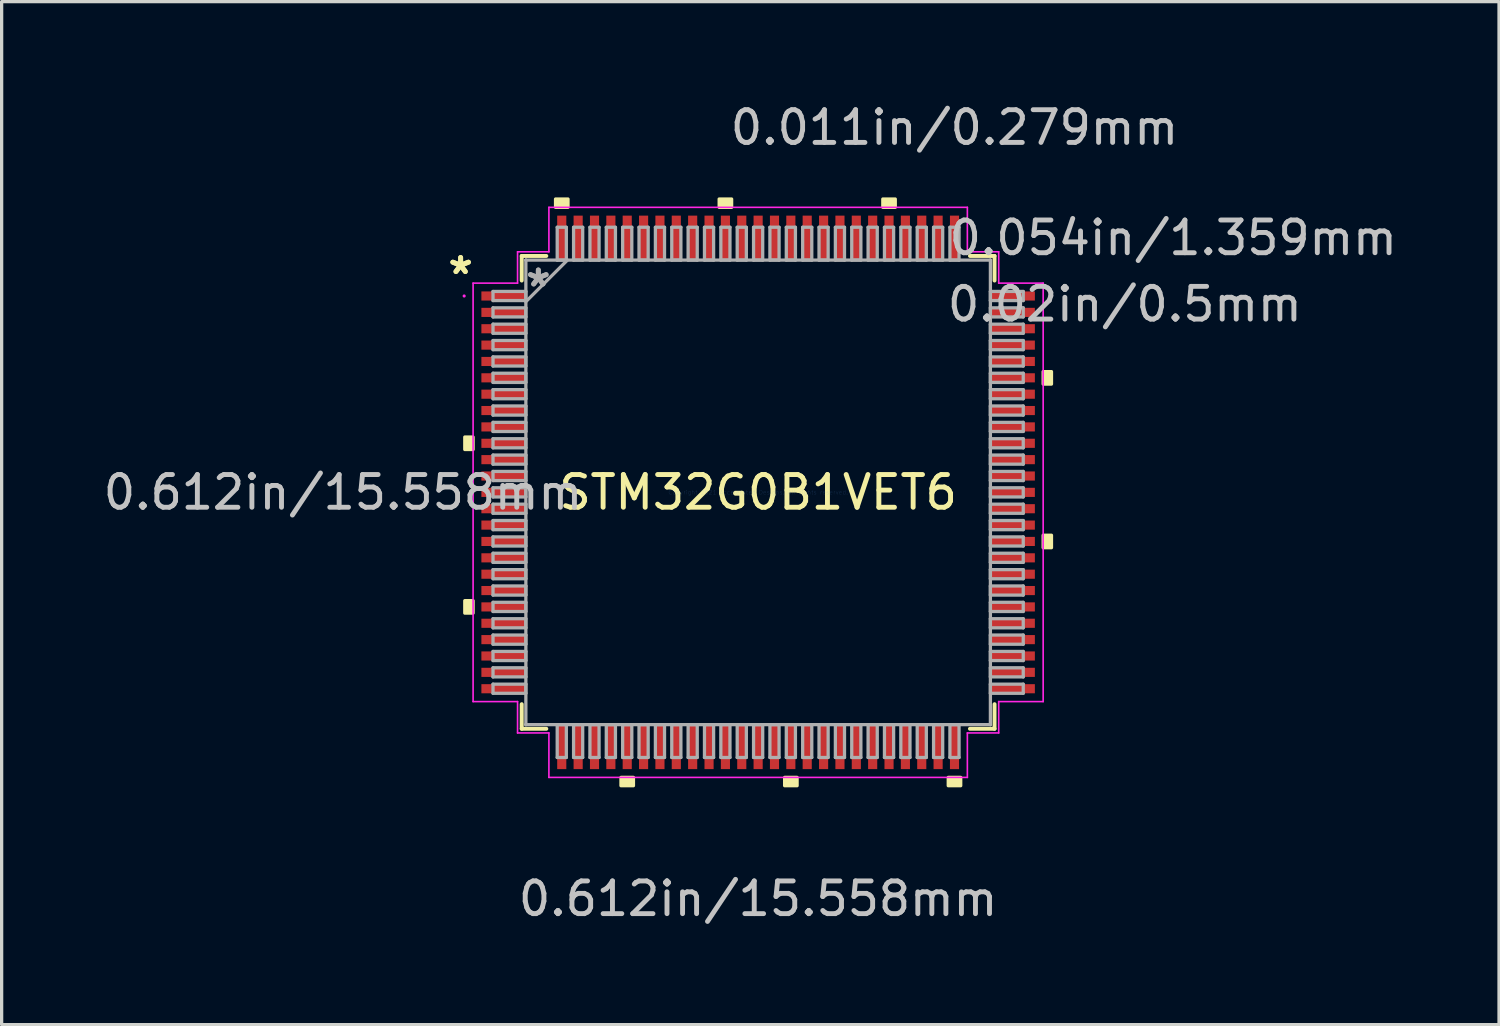
<source format=kicad_pcb>
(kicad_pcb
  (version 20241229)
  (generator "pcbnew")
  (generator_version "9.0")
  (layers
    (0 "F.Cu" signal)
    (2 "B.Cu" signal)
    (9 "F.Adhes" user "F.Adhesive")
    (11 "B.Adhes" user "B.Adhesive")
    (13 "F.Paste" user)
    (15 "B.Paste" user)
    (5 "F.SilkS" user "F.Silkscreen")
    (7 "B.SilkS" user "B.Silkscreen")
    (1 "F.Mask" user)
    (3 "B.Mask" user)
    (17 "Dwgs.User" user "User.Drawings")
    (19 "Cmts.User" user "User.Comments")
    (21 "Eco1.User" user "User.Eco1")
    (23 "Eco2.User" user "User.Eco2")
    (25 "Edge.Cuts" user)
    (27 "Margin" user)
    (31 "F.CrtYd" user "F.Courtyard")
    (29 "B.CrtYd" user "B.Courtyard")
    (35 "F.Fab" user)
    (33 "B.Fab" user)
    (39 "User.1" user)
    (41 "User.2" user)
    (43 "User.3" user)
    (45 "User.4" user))
  (footprint "STM32G0B1VET6"
    (layer "F.Cu")
    (at 20.122 11.999)
    (property "Reference" "STM32G0B1VET6" (at 0 0 0) (layer "F.SilkS") (effects (font (size 1 1) (thickness 0.15))))
    (attr through_hole)
    (fp_line (start -7.226 -7.226) (end -7.226 -6.474) (stroke (width 0.12) (type solid)) (layer "F.SilkS"))
    (fp_line (start -7.226 6.474) (end -7.226 7.226) (stroke (width 0.12) (type solid)) (layer "F.SilkS"))
    (fp_line (start -7.226 7.226) (end -6.474 7.226) (stroke (width 0.12) (type solid)) (layer "F.SilkS"))
    (fp_line (start -6.474 -7.226) (end -7.226 -7.226) (stroke (width 0.12) (type solid)) (layer "F.SilkS"))
    (fp_line (start 6.474 7.226) (end 7.226 7.226) (stroke (width 0.12) (type solid)) (layer "F.SilkS"))
    (fp_line (start 7.226 -7.226) (end 6.474 -7.226) (stroke (width 0.12) (type solid)) (layer "F.SilkS"))
    (fp_line (start 7.226 -6.474) (end 7.226 -7.226) (stroke (width 0.12) (type solid)) (layer "F.SilkS"))
    (fp_line (start 7.226 7.226) (end 7.226 6.474) (stroke (width 0.12) (type solid)) (layer "F.SilkS"))
    (fp_poly (pts (xy -8.966 -1.691) (xy -8.966 -1.31) (xy -8.712 -1.31) (xy -8.712 -1.691)) (stroke (width 0.1) (type solid)) (fill yes) (layer "F.SilkS"))
    (fp_poly (pts (xy -8.966 3.31) (xy -8.966 3.691) (xy -8.712 3.691) (xy -8.712 3.31)) (stroke (width 0.1) (type solid)) (fill yes) (layer "F.SilkS"))
    (fp_poly (pts (xy -6.192 -8.712) (xy -6.192 -8.966) (xy -5.811 -8.966) (xy -5.811 -8.712)) (stroke (width 0.1) (type solid)) (fill yes) (layer "F.SilkS"))
    (fp_poly (pts (xy -4.192 8.712) (xy -4.192 8.966) (xy -3.811 8.966) (xy -3.811 8.712)) (stroke (width 0.1) (type solid)) (fill yes) (layer "F.SilkS"))
    (fp_poly (pts (xy -1.191 -8.712) (xy -1.191 -8.966) (xy -0.81 -8.966) (xy -0.81 -8.712)) (stroke (width 0.1) (type solid)) (fill yes) (layer "F.SilkS"))
    (fp_poly (pts (xy 0.81 8.712) (xy 0.81 8.966) (xy 1.191 8.966) (xy 1.191 8.712)) (stroke (width 0.1) (type solid)) (fill yes) (layer "F.SilkS"))
    (fp_poly (pts (xy 3.811 -8.712) (xy 3.811 -8.966) (xy 4.192 -8.966) (xy 4.192 -8.712)) (stroke (width 0.1) (type solid)) (fill yes) (layer "F.SilkS"))
    (fp_poly (pts (xy 5.811 8.712) (xy 5.811 8.966) (xy 6.192 8.966) (xy 6.192 8.712)) (stroke (width 0.1) (type solid)) (fill yes) (layer "F.SilkS"))
    (fp_poly (pts (xy 8.966 -3.691) (xy 8.966 -3.31) (xy 8.712 -3.31) (xy 8.712 -3.691)) (stroke (width 0.1) (type solid)) (fill yes) (layer "F.SilkS"))
    (fp_poly (pts (xy 8.966 1.31) (xy 8.966 1.691) (xy 8.712 1.691) (xy 8.712 1.31)) (stroke (width 0.1) (type solid)) (fill yes) (layer "F.SilkS"))
    (fp_line (start -8.712 -6.395) (end -7.353 -6.395) (stroke (width 0.05) (type solid)) (layer "F.CrtYd"))
    (fp_line (start -8.712 6.395) (end -8.712 -6.395) (stroke (width 0.05) (type solid)) (layer "F.CrtYd"))
    (fp_line (start -7.353 -7.353) (end -6.395 -7.353) (stroke (width 0.05) (type solid)) (layer "F.CrtYd"))
    (fp_line (start -7.353 -6.395) (end -7.353 -7.353) (stroke (width 0.05) (type solid)) (layer "F.CrtYd"))
    (fp_line (start -7.353 6.395) (end -8.712 6.395) (stroke (width 0.05) (type solid)) (layer "F.CrtYd"))
    (fp_line (start -7.353 7.353) (end -7.353 6.395) (stroke (width 0.05) (type solid)) (layer "F.CrtYd"))
    (fp_line (start -6.395 -8.712) (end 6.395 -8.712) (stroke (width 0.05) (type solid)) (layer "F.CrtYd"))
    (fp_line (start -6.395 -7.353) (end -6.395 -8.712) (stroke (width 0.05) (type solid)) (layer "F.CrtYd"))
    (fp_line (start -6.395 7.353) (end -7.353 7.353) (stroke (width 0.05) (type solid)) (layer "F.CrtYd"))
    (fp_line (start -6.395 8.712) (end -6.395 7.353) (stroke (width 0.05) (type solid)) (layer "F.CrtYd"))
    (fp_line (start 6.395 -8.712) (end 6.395 -7.353) (stroke (width 0.05) (type solid)) (layer "F.CrtYd"))
    (fp_line (start 6.395 -7.353) (end 7.353 -7.353) (stroke (width 0.05) (type solid)) (layer "F.CrtYd"))
    (fp_line (start 6.395 7.353) (end 6.395 8.712) (stroke (width 0.05) (type solid)) (layer "F.CrtYd"))
    (fp_line (start 6.395 8.712) (end -6.395 8.712) (stroke (width 0.05) (type solid)) (layer "F.CrtYd"))
    (fp_line (start 7.353 -7.353) (end 7.353 -6.395) (stroke (width 0.05) (type solid)) (layer "F.CrtYd"))
    (fp_line (start 7.353 -6.395) (end 8.712 -6.395) (stroke (width 0.05) (type solid)) (layer "F.CrtYd"))
    (fp_line (start 7.353 6.395) (end 7.353 7.353) (stroke (width 0.05) (type solid)) (layer "F.CrtYd"))
    (fp_line (start 7.353 7.353) (end 6.395 7.353) (stroke (width 0.05) (type solid)) (layer "F.CrtYd"))
    (fp_line (start 8.712 -6.395) (end 8.712 6.395) (stroke (width 0.05) (type solid)) (layer "F.CrtYd"))
    (fp_line (start 8.712 6.395) (end 7.353 6.395) (stroke (width 0.05) (type solid)) (layer "F.CrtYd"))
    (fp_circle (center -8.985 -6.002) (end -8.985 -6.002) (stroke (width 0.05) (type solid)) (fill no) (layer "F.CrtYd"))
    (fp_line (start -8.103 -6.141) (end -8.103 -5.862) (stroke (width 0.1) (type solid)) (layer "F.Fab"))
    (fp_line (start -8.103 -5.862) (end -7.099 -5.862) (stroke (width 0.1) (type solid)) (layer "F.Fab"))
    (fp_line (start -8.103 -5.641) (end -8.103 -5.362) (stroke (width 0.1) (type solid)) (layer "F.Fab"))
    (fp_line (start -8.103 -5.362) (end -7.099 -5.362) (stroke (width 0.1) (type solid)) (layer "F.Fab"))
    (fp_line (start -8.103 -5.141) (end -8.103 -4.862) (stroke (width 0.1) (type solid)) (layer "F.Fab"))
    (fp_line (start -8.103 -4.862) (end -7.099 -4.862) (stroke (width 0.1) (type solid)) (layer "F.Fab"))
    (fp_line (start -8.103 -4.641) (end -8.103 -4.361) (stroke (width 0.1) (type solid)) (layer "F.Fab"))
    (fp_line (start -8.103 -4.361) (end -7.099 -4.361) (stroke (width 0.1) (type solid)) (layer "F.Fab"))
    (fp_line (start -8.103 -4.141) (end -8.103 -3.861) (stroke (width 0.1) (type solid)) (layer "F.Fab"))
    (fp_line (start -8.103 -3.861) (end -7.099 -3.861) (stroke (width 0.1) (type solid)) (layer "F.Fab"))
    (fp_line (start -8.103 -3.641) (end -8.103 -3.361) (stroke (width 0.1) (type solid)) (layer "F.Fab"))
    (fp_line (start -8.103 -3.361) (end -7.099 -3.361) (stroke (width 0.1) (type solid)) (layer "F.Fab"))
    (fp_line (start -8.103 -3.14) (end -8.103 -2.861) (stroke (width 0.1) (type solid)) (layer "F.Fab"))
    (fp_line (start -8.103 -2.861) (end -7.099 -2.861) (stroke (width 0.1) (type solid)) (layer "F.Fab"))
    (fp_line (start -8.103 -2.64) (end -8.103 -2.361) (stroke (width 0.1) (type solid)) (layer "F.Fab"))
    (fp_line (start -8.103 -2.361) (end -7.099 -2.361) (stroke (width 0.1) (type solid)) (layer "F.Fab"))
    (fp_line (start -8.103 -2.14) (end -8.103 -1.861) (stroke (width 0.1) (type solid)) (layer "F.Fab"))
    (fp_line (start -8.103 -1.861) (end -7.099 -1.861) (stroke (width 0.1) (type solid)) (layer "F.Fab"))
    (fp_line (start -8.103 -1.64) (end -8.103 -1.361) (stroke (width 0.1) (type solid)) (layer "F.Fab"))
    (fp_line (start -8.103 -1.361) (end -7.099 -1.361) (stroke (width 0.1) (type solid)) (layer "F.Fab"))
    (fp_line (start -8.103 -1.14) (end -8.103 -0.861) (stroke (width 0.1) (type solid)) (layer "F.Fab"))
    (fp_line (start -8.103 -0.861) (end -7.099 -0.861) (stroke (width 0.1) (type solid)) (layer "F.Fab"))
    (fp_line (start -8.103 -0.64) (end -8.103 -0.36) (stroke (width 0.1) (type solid)) (layer "F.Fab"))
    (fp_line (start -8.103 -0.36) (end -7.099 -0.36) (stroke (width 0.1) (type solid)) (layer "F.Fab"))
    (fp_line (start -8.103 -0.14) (end -8.103 0.14) (stroke (width 0.1) (type solid)) (layer "F.Fab"))
    (fp_line (start -8.103 0.14) (end -7.099 0.14) (stroke (width 0.1) (type solid)) (layer "F.Fab"))
    (fp_line (start -8.103 0.36) (end -8.103 0.64) (stroke (width 0.1) (type solid)) (layer "F.Fab"))
    (fp_line (start -8.103 0.64) (end -7.099 0.64) (stroke (width 0.1) (type solid)) (layer "F.Fab"))
    (fp_line (start -8.103 0.861) (end -8.103 1.14) (stroke (width 0.1) (type solid)) (layer "F.Fab"))
    (fp_line (start -8.103 1.14) (end -7.099 1.14) (stroke (width 0.1) (type solid)) (layer "F.Fab"))
    (fp_line (start -8.103 1.361) (end -8.103 1.64) (stroke (width 0.1) (type solid)) (layer "F.Fab"))
    (fp_line (start -8.103 1.64) (end -7.099 1.64) (stroke (width 0.1) (type solid)) (layer "F.Fab"))
    (fp_line (start -8.103 1.861) (end -8.103 2.14) (stroke (width 0.1) (type solid)) (layer "F.Fab"))
    (fp_line (start -8.103 2.14) (end -7.099 2.14) (stroke (width 0.1) (type solid)) (layer "F.Fab"))
    (fp_line (start -8.103 2.361) (end -8.103 2.64) (stroke (width 0.1) (type solid)) (layer "F.Fab"))
    (fp_line (start -8.103 2.64) (end -7.099 2.64) (stroke (width 0.1) (type solid)) (layer "F.Fab"))
    (fp_line (start -8.103 2.861) (end -8.103 3.14) (stroke (width 0.1) (type solid)) (layer "F.Fab"))
    (fp_line (start -8.103 3.14) (end -7.099 3.14) (stroke (width 0.1) (type solid)) (layer "F.Fab"))
    (fp_line (start -8.103 3.361) (end -8.103 3.641) (stroke (width 0.1) (type solid)) (layer "F.Fab"))
    (fp_line (start -8.103 3.641) (end -7.099 3.641) (stroke (width 0.1) (type solid)) (layer "F.Fab"))
    (fp_line (start -8.103 3.861) (end -8.103 4.141) (stroke (width 0.1) (type solid)) (layer "F.Fab"))
    (fp_line (start -8.103 4.141) (end -7.099 4.141) (stroke (width 0.1) (type solid)) (layer "F.Fab"))
    (fp_line (start -8.103 4.361) (end -8.103 4.641) (stroke (width 0.1) (type solid)) (layer "F.Fab"))
    (fp_line (start -8.103 4.641) (end -7.099 4.641) (stroke (width 0.1) (type solid)) (layer "F.Fab"))
    (fp_line (start -8.103 4.862) (end -8.103 5.141) (stroke (width 0.1) (type solid)) (layer "F.Fab"))
    (fp_line (start -8.103 5.141) (end -7.099 5.141) (stroke (width 0.1) (type solid)) (layer "F.Fab"))
    (fp_line (start -8.103 5.362) (end -8.103 5.641) (stroke (width 0.1) (type solid)) (layer "F.Fab"))
    (fp_line (start -8.103 5.641) (end -7.099 5.641) (stroke (width 0.1) (type solid)) (layer "F.Fab"))
    (fp_line (start -8.103 5.862) (end -8.103 6.141) (stroke (width 0.1) (type solid)) (layer "F.Fab"))
    (fp_line (start -8.103 6.141) (end -7.099 6.141) (stroke (width 0.1) (type solid)) (layer "F.Fab"))
    (fp_line (start -7.099 -7.099) (end -7.099 -7.099) (stroke (width 0.1) (type solid)) (layer "F.Fab"))
    (fp_line (start -7.099 -7.099) (end -7.099 7.099) (stroke (width 0.1) (type solid)) (layer "F.Fab"))
    (fp_line (start -7.099 -6.141) (end -8.103 -6.141) (stroke (width 0.1) (type solid)) (layer "F.Fab"))
    (fp_line (start -7.099 -5.862) (end -7.099 -6.141) (stroke (width 0.1) (type solid)) (layer "F.Fab"))
    (fp_line (start -7.099 -5.829) (end -5.829 -7.099) (stroke (width 0.1) (type solid)) (layer "F.Fab"))
    (fp_line (start -7.099 -5.641) (end -8.103 -5.641) (stroke (width 0.1) (type solid)) (layer "F.Fab"))
    (fp_line (start -7.099 -5.362) (end -7.099 -5.641) (stroke (width 0.1) (type solid)) (layer "F.Fab"))
    (fp_line (start -7.099 -5.141) (end -8.103 -5.141) (stroke (width 0.1) (type solid)) (layer "F.Fab"))
    (fp_line (start -7.099 -4.862) (end -7.099 -5.141) (stroke (width 0.1) (type solid)) (layer "F.Fab"))
    (fp_line (start -7.099 -4.641) (end -8.103 -4.641) (stroke (width 0.1) (type solid)) (layer "F.Fab"))
    (fp_line (start -7.099 -4.361) (end -7.099 -4.641) (stroke (width 0.1) (type solid)) (layer "F.Fab"))
    (fp_line (start -7.099 -4.141) (end -8.103 -4.141) (stroke (width 0.1) (type solid)) (layer "F.Fab"))
    (fp_line (start -7.099 -3.861) (end -7.099 -4.141) (stroke (width 0.1) (type solid)) (layer "F.Fab"))
    (fp_line (start -7.099 -3.641) (end -8.103 -3.641) (stroke (width 0.1) (type solid)) (layer "F.Fab"))
    (fp_line (start -7.099 -3.361) (end -7.099 -3.641) (stroke (width 0.1) (type solid)) (layer "F.Fab"))
    (fp_line (start -7.099 -3.14) (end -8.103 -3.14) (stroke (width 0.1) (type solid)) (layer "F.Fab"))
    (fp_line (start -7.099 -2.861) (end -7.099 -3.14) (stroke (width 0.1) (type solid)) (layer "F.Fab"))
    (fp_line (start -7.099 -2.64) (end -8.103 -2.64) (stroke (width 0.1) (type solid)) (layer "F.Fab"))
    (fp_line (start -7.099 -2.361) (end -7.099 -2.64) (stroke (width 0.1) (type solid)) (layer "F.Fab"))
    (fp_line (start -7.099 -2.14) (end -8.103 -2.14) (stroke (width 0.1) (type solid)) (layer "F.Fab"))
    (fp_line (start -7.099 -1.861) (end -7.099 -2.14) (stroke (width 0.1) (type solid)) (layer "F.Fab"))
    (fp_line (start -7.099 -1.64) (end -8.103 -1.64) (stroke (width 0.1) (type solid)) (layer "F.Fab"))
    (fp_line (start -7.099 -1.361) (end -7.099 -1.64) (stroke (width 0.1) (type solid)) (layer "F.Fab"))
    (fp_line (start -7.099 -1.14) (end -8.103 -1.14) (stroke (width 0.1) (type solid)) (layer "F.Fab"))
    (fp_line (start -7.099 -0.861) (end -7.099 -1.14) (stroke (width 0.1) (type solid)) (layer "F.Fab"))
    (fp_line (start -7.099 -0.64) (end -8.103 -0.64) (stroke (width 0.1) (type solid)) (layer "F.Fab"))
    (fp_line (start -7.099 -0.36) (end -7.099 -0.64) (stroke (width 0.1) (type solid)) (layer "F.Fab"))
    (fp_line (start -7.099 -0.14) (end -8.103 -0.14) (stroke (width 0.1) (type solid)) (layer "F.Fab"))
    (fp_line (start -7.099 0.14) (end -7.099 -0.14) (stroke (width 0.1) (type solid)) (layer "F.Fab"))
    (fp_line (start -7.099 0.36) (end -8.103 0.36) (stroke (width 0.1) (type solid)) (layer "F.Fab"))
    (fp_line (start -7.099 0.64) (end -7.099 0.36) (stroke (width 0.1) (type solid)) (layer "F.Fab"))
    (fp_line (start -7.099 0.861) (end -8.103 0.861) (stroke (width 0.1) (type solid)) (layer "F.Fab"))
    (fp_line (start -7.099 1.14) (end -7.099 0.861) (stroke (width 0.1) (type solid)) (layer "F.Fab"))
    (fp_line (start -7.099 1.361) (end -8.103 1.361) (stroke (width 0.1) (type solid)) (layer "F.Fab"))
    (fp_line (start -7.099 1.64) (end -7.099 1.361) (stroke (width 0.1) (type solid)) (layer "F.Fab"))
    (fp_line (start -7.099 1.861) (end -8.103 1.861) (stroke (width 0.1) (type solid)) (layer "F.Fab"))
    (fp_line (start -7.099 2.14) (end -7.099 1.861) (stroke (width 0.1) (type solid)) (layer "F.Fab"))
    (fp_line (start -7.099 2.361) (end -8.103 2.361) (stroke (width 0.1) (type solid)) (layer "F.Fab"))
    (fp_line (start -7.099 2.64) (end -7.099 2.361) (stroke (width 0.1) (type solid)) (layer "F.Fab"))
    (fp_line (start -7.099 2.861) (end -8.103 2.861) (stroke (width 0.1) (type solid)) (layer "F.Fab"))
    (fp_line (start -7.099 3.14) (end -7.099 2.861) (stroke (width 0.1) (type solid)) (layer "F.Fab"))
    (fp_line (start -7.099 3.361) (end -8.103 3.361) (stroke (width 0.1) (type solid)) (layer "F.Fab"))
    (fp_line (start -7.099 3.641) (end -7.099 3.361) (stroke (width 0.1) (type solid)) (layer "F.Fab"))
    (fp_line (start -7.099 3.861) (end -8.103 3.861) (stroke (width 0.1) (type solid)) (layer "F.Fab"))
    (fp_line (start -7.099 4.141) (end -7.099 3.861) (stroke (width 0.1) (type solid)) (layer "F.Fab"))
    (fp_line (start -7.099 4.361) (end -8.103 4.361) (stroke (width 0.1) (type solid)) (layer "F.Fab"))
    (fp_line (start -7.099 4.641) (end -7.099 4.361) (stroke (width 0.1) (type solid)) (layer "F.Fab"))
    (fp_line (start -7.099 4.862) (end -8.103 4.862) (stroke (width 0.1) (type solid)) (layer "F.Fab"))
    (fp_line (start -7.099 5.141) (end -7.099 4.862) (stroke (width 0.1) (type solid)) (layer "F.Fab"))
    (fp_line (start -7.099 5.362) (end -8.103 5.362) (stroke (width 0.1) (type solid)) (layer "F.Fab"))
    (fp_line (start -7.099 5.641) (end -7.099 5.362) (stroke (width 0.1) (type solid)) (layer "F.Fab"))
    (fp_line (start -7.099 5.862) (end -8.103 5.862) (stroke (width 0.1) (type solid)) (layer "F.Fab"))
    (fp_line (start -7.099 6.141) (end -7.099 5.862) (stroke (width 0.1) (type solid)) (layer "F.Fab"))
    (fp_line (start -7.099 7.099) (end -7.099 7.099) (stroke (width 0.1) (type solid)) (layer "F.Fab"))
    (fp_line (start -7.099 7.099) (end 7.099 7.099) (stroke (width 0.1) (type solid)) (layer "F.Fab"))
    (fp_line (start -6.141 -8.103) (end -6.141 -7.099) (stroke (width 0.1) (type solid)) (layer "F.Fab"))
    (fp_line (start -6.141 -7.099) (end -5.862 -7.099) (stroke (width 0.1) (type solid)) (layer "F.Fab"))
    (fp_line (start -6.141 7.099) (end -6.141 8.103) (stroke (width 0.1) (type solid)) (layer "F.Fab"))
    (fp_line (start -6.141 8.103) (end -5.862 8.103) (stroke (width 0.1) (type solid)) (layer "F.Fab"))
    (fp_line (start -5.862 -8.103) (end -6.141 -8.103) (stroke (width 0.1) (type solid)) (layer "F.Fab"))
    (fp_line (start -5.862 -7.099) (end -5.862 -8.103) (stroke (width 0.1) (type solid)) (layer "F.Fab"))
    (fp_line (start -5.862 7.099) (end -6.141 7.099) (stroke (width 0.1) (type solid)) (layer "F.Fab"))
    (fp_line (start -5.862 8.103) (end -5.862 7.099) (stroke (width 0.1) (type solid)) (layer "F.Fab"))
    (fp_line (start -5.641 -8.103) (end -5.641 -7.099) (stroke (width 0.1) (type solid)) (layer "F.Fab"))
    (fp_line (start -5.641 -7.099) (end -5.362 -7.099) (stroke (width 0.1) (type solid)) (layer "F.Fab"))
    (fp_line (start -5.641 7.099) (end -5.641 8.103) (stroke (width 0.1) (type solid)) (layer "F.Fab"))
    (fp_line (start -5.641 8.103) (end -5.362 8.103) (stroke (width 0.1) (type solid)) (layer "F.Fab"))
    (fp_line (start -5.362 -8.103) (end -5.641 -8.103) (stroke (width 0.1) (type solid)) (layer "F.Fab"))
    (fp_line (start -5.362 -7.099) (end -5.362 -8.103) (stroke (width 0.1) (type solid)) (layer "F.Fab"))
    (fp_line (start -5.362 7.099) (end -5.641 7.099) (stroke (width 0.1) (type solid)) (layer "F.Fab"))
    (fp_line (start -5.362 8.103) (end -5.362 7.099) (stroke (width 0.1) (type solid)) (layer "F.Fab"))
    (fp_line (start -5.141 -8.103) (end -5.141 -7.099) (stroke (width 0.1) (type solid)) (layer "F.Fab"))
    (fp_line (start -5.141 -7.099) (end -4.862 -7.099) (stroke (width 0.1) (type solid)) (layer "F.Fab"))
    (fp_line (start -5.141 7.099) (end -5.141 8.103) (stroke (width 0.1) (type solid)) (layer "F.Fab"))
    (fp_line (start -5.141 8.103) (end -4.862 8.103) (stroke (width 0.1) (type solid)) (layer "F.Fab"))
    (fp_line (start -4.862 -8.103) (end -5.141 -8.103) (stroke (width 0.1) (type solid)) (layer "F.Fab"))
    (fp_line (start -4.862 -7.099) (end -4.862 -8.103) (stroke (width 0.1) (type solid)) (layer "F.Fab"))
    (fp_line (start -4.862 7.099) (end -5.141 7.099) (stroke (width 0.1) (type solid)) (layer "F.Fab"))
    (fp_line (start -4.862 8.103) (end -4.862 7.099) (stroke (width 0.1) (type solid)) (layer "F.Fab"))
    (fp_line (start -4.641 -8.103) (end -4.641 -7.099) (stroke (width 0.1) (type solid)) (layer "F.Fab"))
    (fp_line (start -4.641 -7.099) (end -4.361 -7.099) (stroke (width 0.1) (type solid)) (layer "F.Fab"))
    (fp_line (start -4.641 7.099) (end -4.641 8.103) (stroke (width 0.1) (type solid)) (layer "F.Fab"))
    (fp_line (start -4.641 8.103) (end -4.361 8.103) (stroke (width 0.1) (type solid)) (layer "F.Fab"))
    (fp_line (start -4.361 -8.103) (end -4.641 -8.103) (stroke (width 0.1) (type solid)) (layer "F.Fab"))
    (fp_line (start -4.361 -7.099) (end -4.361 -8.103) (stroke (width 0.1) (type solid)) (layer "F.Fab"))
    (fp_line (start -4.361 7.099) (end -4.641 7.099) (stroke (width 0.1) (type solid)) (layer "F.Fab"))
    (fp_line (start -4.361 8.103) (end -4.361 7.099) (stroke (width 0.1) (type solid)) (layer "F.Fab"))
    (fp_line (start -4.141 -8.103) (end -4.141 -7.099) (stroke (width 0.1) (type solid)) (layer "F.Fab"))
    (fp_line (start -4.141 -7.099) (end -3.861 -7.099) (stroke (width 0.1) (type solid)) (layer "F.Fab"))
    (fp_line (start -4.141 7.099) (end -4.141 8.103) (stroke (width 0.1) (type solid)) (layer "F.Fab"))
    (fp_line (start -4.141 8.103) (end -3.861 8.103) (stroke (width 0.1) (type solid)) (layer "F.Fab"))
    (fp_line (start -3.861 -8.103) (end -4.141 -8.103) (stroke (width 0.1) (type solid)) (layer "F.Fab"))
    (fp_line (start -3.861 -7.099) (end -3.861 -8.103) (stroke (width 0.1) (type solid)) (layer "F.Fab"))
    (fp_line (start -3.861 7.099) (end -4.141 7.099) (stroke (width 0.1) (type solid)) (layer "F.Fab"))
    (fp_line (start -3.861 8.103) (end -3.861 7.099) (stroke (width 0.1) (type solid)) (layer "F.Fab"))
    (fp_line (start -3.641 -8.103) (end -3.641 -7.099) (stroke (width 0.1) (type solid)) (layer "F.Fab"))
    (fp_line (start -3.641 -7.099) (end -3.361 -7.099) (stroke (width 0.1) (type solid)) (layer "F.Fab"))
    (fp_line (start -3.641 7.099) (end -3.641 8.103) (stroke (width 0.1) (type solid)) (layer "F.Fab"))
    (fp_line (start -3.641 8.103) (end -3.361 8.103) (stroke (width 0.1) (type solid)) (layer "F.Fab"))
    (fp_line (start -3.361 -8.103) (end -3.641 -8.103) (stroke (width 0.1) (type solid)) (layer "F.Fab"))
    (fp_line (start -3.361 -7.099) (end -3.361 -8.103) (stroke (width 0.1) (type solid)) (layer "F.Fab"))
    (fp_line (start -3.361 7.099) (end -3.641 7.099) (stroke (width 0.1) (type solid)) (layer "F.Fab"))
    (fp_line (start -3.361 8.103) (end -3.361 7.099) (stroke (width 0.1) (type solid)) (layer "F.Fab"))
    (fp_line (start -3.14 -8.103) (end -3.14 -7.099) (stroke (width 0.1) (type solid)) (layer "F.Fab"))
    (fp_line (start -3.14 -7.099) (end -2.861 -7.099) (stroke (width 0.1) (type solid)) (layer "F.Fab"))
    (fp_line (start -3.14 7.099) (end -3.14 8.103) (stroke (width 0.1) (type solid)) (layer "F.Fab"))
    (fp_line (start -3.14 8.103) (end -2.861 8.103) (stroke (width 0.1) (type solid)) (layer "F.Fab"))
    (fp_line (start -2.861 -8.103) (end -3.14 -8.103) (stroke (width 0.1) (type solid)) (layer "F.Fab"))
    (fp_line (start -2.861 -7.099) (end -2.861 -8.103) (stroke (width 0.1) (type solid)) (layer "F.Fab"))
    (fp_line (start -2.861 7.099) (end -3.14 7.099) (stroke (width 0.1) (type solid)) (layer "F.Fab"))
    (fp_line (start -2.861 8.103) (end -2.861 7.099) (stroke (width 0.1) (type solid)) (layer "F.Fab"))
    (fp_line (start -2.64 -8.103) (end -2.64 -7.099) (stroke (width 0.1) (type solid)) (layer "F.Fab"))
    (fp_line (start -2.64 -7.099) (end -2.361 -7.099) (stroke (width 0.1) (type solid)) (layer "F.Fab"))
    (fp_line (start -2.64 7.099) (end -2.64 8.103) (stroke (width 0.1) (type solid)) (layer "F.Fab"))
    (fp_line (start -2.64 8.103) (end -2.361 8.103) (stroke (width 0.1) (type solid)) (layer "F.Fab"))
    (fp_line (start -2.361 -8.103) (end -2.64 -8.103) (stroke (width 0.1) (type solid)) (layer "F.Fab"))
    (fp_line (start -2.361 -7.099) (end -2.361 -8.103) (stroke (width 0.1) (type solid)) (layer "F.Fab"))
    (fp_line (start -2.361 7.099) (end -2.64 7.099) (stroke (width 0.1) (type solid)) (layer "F.Fab"))
    (fp_line (start -2.361 8.103) (end -2.361 7.099) (stroke (width 0.1) (type solid)) (layer "F.Fab"))
    (fp_line (start -2.14 -8.103) (end -2.14 -7.099) (stroke (width 0.1) (type solid)) (layer "F.Fab"))
    (fp_line (start -2.14 -7.099) (end -1.861 -7.099) (stroke (width 0.1) (type solid)) (layer "F.Fab"))
    (fp_line (start -2.14 7.099) (end -2.14 8.103) (stroke (width 0.1) (type solid)) (layer "F.Fab"))
    (fp_line (start -2.14 8.103) (end -1.861 8.103) (stroke (width 0.1) (type solid)) (layer "F.Fab"))
    (fp_line (start -1.861 -8.103) (end -2.14 -8.103) (stroke (width 0.1) (type solid)) (layer "F.Fab"))
    (fp_line (start -1.861 -7.099) (end -1.861 -8.103) (stroke (width 0.1) (type solid)) (layer "F.Fab"))
    (fp_line (start -1.861 7.099) (end -2.14 7.099) (stroke (width 0.1) (type solid)) (layer "F.Fab"))
    (fp_line (start -1.861 8.103) (end -1.861 7.099) (stroke (width 0.1) (type solid)) (layer "F.Fab"))
    (fp_line (start -1.64 -8.103) (end -1.64 -7.099) (stroke (width 0.1) (type solid)) (layer "F.Fab"))
    (fp_line (start -1.64 -7.099) (end -1.361 -7.099) (stroke (width 0.1) (type solid)) (layer "F.Fab"))
    (fp_line (start -1.64 7.099) (end -1.64 8.103) (stroke (width 0.1) (type solid)) (layer "F.Fab"))
    (fp_line (start -1.64 8.103) (end -1.361 8.103) (stroke (width 0.1) (type solid)) (layer "F.Fab"))
    (fp_line (start -1.361 -8.103) (end -1.64 -8.103) (stroke (width 0.1) (type solid)) (layer "F.Fab"))
    (fp_line (start -1.361 -7.099) (end -1.361 -8.103) (stroke (width 0.1) (type solid)) (layer "F.Fab"))
    (fp_line (start -1.361 7.099) (end -1.64 7.099) (stroke (width 0.1) (type solid)) (layer "F.Fab"))
    (fp_line (start -1.361 8.103) (end -1.361 7.099) (stroke (width 0.1) (type solid)) (layer "F.Fab"))
    (fp_line (start -1.14 -8.103) (end -1.14 -7.099) (stroke (width 0.1) (type solid)) (layer "F.Fab"))
    (fp_line (start -1.14 -7.099) (end -0.861 -7.099) (stroke (width 0.1) (type solid)) (layer "F.Fab"))
    (fp_line (start -1.14 7.099) (end -1.14 8.103) (stroke (width 0.1) (type solid)) (layer "F.Fab"))
    (fp_line (start -1.14 8.103) (end -0.861 8.103) (stroke (width 0.1) (type solid)) (layer "F.Fab"))
    (fp_line (start -0.861 -8.103) (end -1.14 -8.103) (stroke (width 0.1) (type solid)) (layer "F.Fab"))
    (fp_line (start -0.861 -7.099) (end -0.861 -8.103) (stroke (width 0.1) (type solid)) (layer "F.Fab"))
    (fp_line (start -0.861 7.099) (end -1.14 7.099) (stroke (width 0.1) (type solid)) (layer "F.Fab"))
    (fp_line (start -0.861 8.103) (end -0.861 7.099) (stroke (width 0.1) (type solid)) (layer "F.Fab"))
    (fp_line (start -0.64 -8.103) (end -0.64 -7.099) (stroke (width 0.1) (type solid)) (layer "F.Fab"))
    (fp_line (start -0.64 -7.099) (end -0.36 -7.099) (stroke (width 0.1) (type solid)) (layer "F.Fab"))
    (fp_line (start -0.64 7.099) (end -0.64 8.103) (stroke (width 0.1) (type solid)) (layer "F.Fab"))
    (fp_line (start -0.64 8.103) (end -0.36 8.103) (stroke (width 0.1) (type solid)) (layer "F.Fab"))
    (fp_line (start -0.36 -8.103) (end -0.64 -8.103) (stroke (width 0.1) (type solid)) (layer "F.Fab"))
    (fp_line (start -0.36 -7.099) (end -0.36 -8.103) (stroke (width 0.1) (type solid)) (layer "F.Fab"))
    (fp_line (start -0.36 7.099) (end -0.64 7.099) (stroke (width 0.1) (type solid)) (layer "F.Fab"))
    (fp_line (start -0.36 8.103) (end -0.36 7.099) (stroke (width 0.1) (type solid)) (layer "F.Fab"))
    (fp_line (start -0.14 -8.103) (end -0.14 -7.099) (stroke (width 0.1) (type solid)) (layer "F.Fab"))
    (fp_line (start -0.14 -7.099) (end 0.14 -7.099) (stroke (width 0.1) (type solid)) (layer "F.Fab"))
    (fp_line (start -0.14 7.099) (end -0.14 8.103) (stroke (width 0.1) (type solid)) (layer "F.Fab"))
    (fp_line (start -0.14 8.103) (end 0.14 8.103) (stroke (width 0.1) (type solid)) (layer "F.Fab"))
    (fp_line (start 0.14 -8.103) (end -0.14 -8.103) (stroke (width 0.1) (type solid)) (layer "F.Fab"))
    (fp_line (start 0.14 -7.099) (end 0.14 -8.103) (stroke (width 0.1) (type solid)) (layer "F.Fab"))
    (fp_line (start 0.14 7.099) (end -0.14 7.099) (stroke (width 0.1) (type solid)) (layer "F.Fab"))
    (fp_line (start 0.14 8.103) (end 0.14 7.099) (stroke (width 0.1) (type solid)) (layer "F.Fab"))
    (fp_line (start 0.36 -8.103) (end 0.36 -7.099) (stroke (width 0.1) (type solid)) (layer "F.Fab"))
    (fp_line (start 0.36 -7.099) (end 0.64 -7.099) (stroke (width 0.1) (type solid)) (layer "F.Fab"))
    (fp_line (start 0.36 7.099) (end 0.36 8.103) (stroke (width 0.1) (type solid)) (layer "F.Fab"))
    (fp_line (start 0.36 8.103) (end 0.64 8.103) (stroke (width 0.1) (type solid)) (layer "F.Fab"))
    (fp_line (start 0.64 -8.103) (end 0.36 -8.103) (stroke (width 0.1) (type solid)) (layer "F.Fab"))
    (fp_line (start 0.64 -7.099) (end 0.64 -8.103) (stroke (width 0.1) (type solid)) (layer "F.Fab"))
    (fp_line (start 0.64 7.099) (end 0.36 7.099) (stroke (width 0.1) (type solid)) (layer "F.Fab"))
    (fp_line (start 0.64 8.103) (end 0.64 7.099) (stroke (width 0.1) (type solid)) (layer "F.Fab"))
    (fp_line (start 0.861 -8.103) (end 0.861 -7.099) (stroke (width 0.1) (type solid)) (layer "F.Fab"))
    (fp_line (start 0.861 -7.099) (end 1.14 -7.099) (stroke (width 0.1) (type solid)) (layer "F.Fab"))
    (fp_line (start 0.861 7.099) (end 0.861 8.103) (stroke (width 0.1) (type solid)) (layer "F.Fab"))
    (fp_line (start 0.861 8.103) (end 1.14 8.103) (stroke (width 0.1) (type solid)) (layer "F.Fab"))
    (fp_line (start 1.14 -8.103) (end 0.861 -8.103) (stroke (width 0.1) (type solid)) (layer "F.Fab"))
    (fp_line (start 1.14 -7.099) (end 1.14 -8.103) (stroke (width 0.1) (type solid)) (layer "F.Fab"))
    (fp_line (start 1.14 7.099) (end 0.861 7.099) (stroke (width 0.1) (type solid)) (layer "F.Fab"))
    (fp_line (start 1.14 8.103) (end 1.14 7.099) (stroke (width 0.1) (type solid)) (layer "F.Fab"))
    (fp_line (start 1.361 -8.103) (end 1.361 -7.099) (stroke (width 0.1) (type solid)) (layer "F.Fab"))
    (fp_line (start 1.361 -7.099) (end 1.64 -7.099) (stroke (width 0.1) (type solid)) (layer "F.Fab"))
    (fp_line (start 1.361 7.099) (end 1.361 8.103) (stroke (width 0.1) (type solid)) (layer "F.Fab"))
    (fp_line (start 1.361 8.103) (end 1.64 8.103) (stroke (width 0.1) (type solid)) (layer "F.Fab"))
    (fp_line (start 1.64 -8.103) (end 1.361 -8.103) (stroke (width 0.1) (type solid)) (layer "F.Fab"))
    (fp_line (start 1.64 -7.099) (end 1.64 -8.103) (stroke (width 0.1) (type solid)) (layer "F.Fab"))
    (fp_line (start 1.64 7.099) (end 1.361 7.099) (stroke (width 0.1) (type solid)) (layer "F.Fab"))
    (fp_line (start 1.64 8.103) (end 1.64 7.099) (stroke (width 0.1) (type solid)) (layer "F.Fab"))
    (fp_line (start 1.861 -8.103) (end 1.861 -7.099) (stroke (width 0.1) (type solid)) (layer "F.Fab"))
    (fp_line (start 1.861 -7.099) (end 2.14 -7.099) (stroke (width 0.1) (type solid)) (layer "F.Fab"))
    (fp_line (start 1.861 7.099) (end 1.861 8.103) (stroke (width 0.1) (type solid)) (layer "F.Fab"))
    (fp_line (start 1.861 8.103) (end 2.14 8.103) (stroke (width 0.1) (type solid)) (layer "F.Fab"))
    (fp_line (start 2.14 -8.103) (end 1.861 -8.103) (stroke (width 0.1) (type solid)) (layer "F.Fab"))
    (fp_line (start 2.14 -7.099) (end 2.14 -8.103) (stroke (width 0.1) (type solid)) (layer "F.Fab"))
    (fp_line (start 2.14 7.099) (end 1.861 7.099) (stroke (width 0.1) (type solid)) (layer "F.Fab"))
    (fp_line (start 2.14 8.103) (end 2.14 7.099) (stroke (width 0.1) (type solid)) (layer "F.Fab"))
    (fp_line (start 2.361 -8.103) (end 2.361 -7.099) (stroke (width 0.1) (type solid)) (layer "F.Fab"))
    (fp_line (start 2.361 -7.099) (end 2.64 -7.099) (stroke (width 0.1) (type solid)) (layer "F.Fab"))
    (fp_line (start 2.361 7.099) (end 2.361 8.103) (stroke (width 0.1) (type solid)) (layer "F.Fab"))
    (fp_line (start 2.361 8.103) (end 2.64 8.103) (stroke (width 0.1) (type solid)) (layer "F.Fab"))
    (fp_line (start 2.64 -8.103) (end 2.361 -8.103) (stroke (width 0.1) (type solid)) (layer "F.Fab"))
    (fp_line (start 2.64 -7.099) (end 2.64 -8.103) (stroke (width 0.1) (type solid)) (layer "F.Fab"))
    (fp_line (start 2.64 7.099) (end 2.361 7.099) (stroke (width 0.1) (type solid)) (layer "F.Fab"))
    (fp_line (start 2.64 8.103) (end 2.64 7.099) (stroke (width 0.1) (type solid)) (layer "F.Fab"))
    (fp_line (start 2.861 -8.103) (end 2.861 -7.099) (stroke (width 0.1) (type solid)) (layer "F.Fab"))
    (fp_line (start 2.861 -7.099) (end 3.14 -7.099) (stroke (width 0.1) (type solid)) (layer "F.Fab"))
    (fp_line (start 2.861 7.099) (end 2.861 8.103) (stroke (width 0.1) (type solid)) (layer "F.Fab"))
    (fp_line (start 2.861 8.103) (end 3.14 8.103) (stroke (width 0.1) (type solid)) (layer "F.Fab"))
    (fp_line (start 3.14 -8.103) (end 2.861 -8.103) (stroke (width 0.1) (type solid)) (layer "F.Fab"))
    (fp_line (start 3.14 -7.099) (end 3.14 -8.103) (stroke (width 0.1) (type solid)) (layer "F.Fab"))
    (fp_line (start 3.14 7.099) (end 2.861 7.099) (stroke (width 0.1) (type solid)) (layer "F.Fab"))
    (fp_line (start 3.14 8.103) (end 3.14 7.099) (stroke (width 0.1) (type solid)) (layer "F.Fab"))
    (fp_line (start 3.361 -8.103) (end 3.361 -7.099) (stroke (width 0.1) (type solid)) (layer "F.Fab"))
    (fp_line (start 3.361 -7.099) (end 3.641 -7.099) (stroke (width 0.1) (type solid)) (layer "F.Fab"))
    (fp_line (start 3.361 7.099) (end 3.361 8.103) (stroke (width 0.1) (type solid)) (layer "F.Fab"))
    (fp_line (start 3.361 8.103) (end 3.641 8.103) (stroke (width 0.1) (type solid)) (layer "F.Fab"))
    (fp_line (start 3.641 -8.103) (end 3.361 -8.103) (stroke (width 0.1) (type solid)) (layer "F.Fab"))
    (fp_line (start 3.641 -7.099) (end 3.641 -8.103) (stroke (width 0.1) (type solid)) (layer "F.Fab"))
    (fp_line (start 3.641 7.099) (end 3.361 7.099) (stroke (width 0.1) (type solid)) (layer "F.Fab"))
    (fp_line (start 3.641 8.103) (end 3.641 7.099) (stroke (width 0.1) (type solid)) (layer "F.Fab"))
    (fp_line (start 3.861 -8.103) (end 3.861 -7.099) (stroke (width 0.1) (type solid)) (layer "F.Fab"))
    (fp_line (start 3.861 -7.099) (end 4.141 -7.099) (stroke (width 0.1) (type solid)) (layer "F.Fab"))
    (fp_line (start 3.861 7.099) (end 3.861 8.103) (stroke (width 0.1) (type solid)) (layer "F.Fab"))
    (fp_line (start 3.861 8.103) (end 4.141 8.103) (stroke (width 0.1) (type solid)) (layer "F.Fab"))
    (fp_line (start 4.141 -8.103) (end 3.861 -8.103) (stroke (width 0.1) (type solid)) (layer "F.Fab"))
    (fp_line (start 4.141 -7.099) (end 4.141 -8.103) (stroke (width 0.1) (type solid)) (layer "F.Fab"))
    (fp_line (start 4.141 7.099) (end 3.861 7.099) (stroke (width 0.1) (type solid)) (layer "F.Fab"))
    (fp_line (start 4.141 8.103) (end 4.141 7.099) (stroke (width 0.1) (type solid)) (layer "F.Fab"))
    (fp_line (start 4.361 -8.103) (end 4.361 -7.099) (stroke (width 0.1) (type solid)) (layer "F.Fab"))
    (fp_line (start 4.361 -7.099) (end 4.641 -7.099) (stroke (width 0.1) (type solid)) (layer "F.Fab"))
    (fp_line (start 4.361 7.099) (end 4.361 8.103) (stroke (width 0.1) (type solid)) (layer "F.Fab"))
    (fp_line (start 4.361 8.103) (end 4.641 8.103) (stroke (width 0.1) (type solid)) (layer "F.Fab"))
    (fp_line (start 4.641 -8.103) (end 4.361 -8.103) (stroke (width 0.1) (type solid)) (layer "F.Fab"))
    (fp_line (start 4.641 -7.099) (end 4.641 -8.103) (stroke (width 0.1) (type solid)) (layer "F.Fab"))
    (fp_line (start 4.641 7.099) (end 4.361 7.099) (stroke (width 0.1) (type solid)) (layer "F.Fab"))
    (fp_line (start 4.641 8.103) (end 4.641 7.099) (stroke (width 0.1) (type solid)) (layer "F.Fab"))
    (fp_line (start 4.862 -8.103) (end 4.862 -7.099) (stroke (width 0.1) (type solid)) (layer "F.Fab"))
    (fp_line (start 4.862 -7.099) (end 5.141 -7.099) (stroke (width 0.1) (type solid)) (layer "F.Fab"))
    (fp_line (start 4.862 7.099) (end 4.862 8.103) (stroke (width 0.1) (type solid)) (layer "F.Fab"))
    (fp_line (start 4.862 8.103) (end 5.141 8.103) (stroke (width 0.1) (type solid)) (layer "F.Fab"))
    (fp_line (start 5.141 -8.103) (end 4.862 -8.103) (stroke (width 0.1) (type solid)) (layer "F.Fab"))
    (fp_line (start 5.141 -7.099) (end 5.141 -8.103) (stroke (width 0.1) (type solid)) (layer "F.Fab"))
    (fp_line (start 5.141 7.099) (end 4.862 7.099) (stroke (width 0.1) (type solid)) (layer "F.Fab"))
    (fp_line (start 5.141 8.103) (end 5.141 7.099) (stroke (width 0.1) (type solid)) (layer "F.Fab"))
    (fp_line (start 5.362 -8.103) (end 5.362 -7.099) (stroke (width 0.1) (type solid)) (layer "F.Fab"))
    (fp_line (start 5.362 -7.099) (end 5.641 -7.099) (stroke (width 0.1) (type solid)) (layer "F.Fab"))
    (fp_line (start 5.362 7.099) (end 5.362 8.103) (stroke (width 0.1) (type solid)) (layer "F.Fab"))
    (fp_line (start 5.362 8.103) (end 5.641 8.103) (stroke (width 0.1) (type solid)) (layer "F.Fab"))
    (fp_line (start 5.641 -8.103) (end 5.362 -8.103) (stroke (width 0.1) (type solid)) (layer "F.Fab"))
    (fp_line (start 5.641 -7.099) (end 5.641 -8.103) (stroke (width 0.1) (type solid)) (layer "F.Fab"))
    (fp_line (start 5.641 7.099) (end 5.362 7.099) (stroke (width 0.1) (type solid)) (layer "F.Fab"))
    (fp_line (start 5.641 8.103) (end 5.641 7.099) (stroke (width 0.1) (type solid)) (layer "F.Fab"))
    (fp_line (start 5.862 -8.103) (end 5.862 -7.099) (stroke (width 0.1) (type solid)) (layer "F.Fab"))
    (fp_line (start 5.862 -7.099) (end 6.141 -7.099) (stroke (width 0.1) (type solid)) (layer "F.Fab"))
    (fp_line (start 5.862 7.099) (end 5.862 8.103) (stroke (width 0.1) (type solid)) (layer "F.Fab"))
    (fp_line (start 5.862 8.103) (end 6.141 8.103) (stroke (width 0.1) (type solid)) (layer "F.Fab"))
    (fp_line (start 6.141 -8.103) (end 5.862 -8.103) (stroke (width 0.1) (type solid)) (layer "F.Fab"))
    (fp_line (start 6.141 -7.099) (end 6.141 -8.103) (stroke (width 0.1) (type solid)) (layer "F.Fab"))
    (fp_line (start 6.141 7.099) (end 5.862 7.099) (stroke (width 0.1) (type solid)) (layer "F.Fab"))
    (fp_line (start 6.141 8.103) (end 6.141 7.099) (stroke (width 0.1) (type solid)) (layer "F.Fab"))
    (fp_line (start 7.099 -7.099) (end -7.099 -7.099) (stroke (width 0.1) (type solid)) (layer "F.Fab"))
    (fp_line (start 7.099 -7.099) (end 7.099 -7.099) (stroke (width 0.1) (type solid)) (layer "F.Fab"))
    (fp_line (start 7.099 -6.141) (end 7.099 -5.862) (stroke (width 0.1) (type solid)) (layer "F.Fab"))
    (fp_line (start 7.099 -5.862) (end 8.103 -5.862) (stroke (width 0.1) (type solid)) (layer "F.Fab"))
    (fp_line (start 7.099 -5.641) (end 7.099 -5.362) (stroke (width 0.1) (type solid)) (layer "F.Fab"))
    (fp_line (start 7.099 -5.362) (end 8.103 -5.362) (stroke (width 0.1) (type solid)) (layer "F.Fab"))
    (fp_line (start 7.099 -5.141) (end 7.099 -4.862) (stroke (width 0.1) (type solid)) (layer "F.Fab"))
    (fp_line (start 7.099 -4.862) (end 8.103 -4.862) (stroke (width 0.1) (type solid)) (layer "F.Fab"))
    (fp_line (start 7.099 -4.641) (end 7.099 -4.361) (stroke (width 0.1) (type solid)) (layer "F.Fab"))
    (fp_line (start 7.099 -4.361) (end 8.103 -4.361) (stroke (width 0.1) (type solid)) (layer "F.Fab"))
    (fp_line (start 7.099 -4.141) (end 7.099 -3.861) (stroke (width 0.1) (type solid)) (layer "F.Fab"))
    (fp_line (start 7.099 -3.861) (end 8.103 -3.861) (stroke (width 0.1) (type solid)) (layer "F.Fab"))
    (fp_line (start 7.099 -3.641) (end 7.099 -3.361) (stroke (width 0.1) (type solid)) (layer "F.Fab"))
    (fp_line (start 7.099 -3.361) (end 8.103 -3.361) (stroke (width 0.1) (type solid)) (layer "F.Fab"))
    (fp_line (start 7.099 -3.14) (end 7.099 -2.861) (stroke (width 0.1) (type solid)) (layer "F.Fab"))
    (fp_line (start 7.099 -2.861) (end 8.103 -2.861) (stroke (width 0.1) (type solid)) (layer "F.Fab"))
    (fp_line (start 7.099 -2.64) (end 7.099 -2.361) (stroke (width 0.1) (type solid)) (layer "F.Fab"))
    (fp_line (start 7.099 -2.361) (end 8.103 -2.361) (stroke (width 0.1) (type solid)) (layer "F.Fab"))
    (fp_line (start 7.099 -2.14) (end 7.099 -1.861) (stroke (width 0.1) (type solid)) (layer "F.Fab"))
    (fp_line (start 7.099 -1.861) (end 8.103 -1.861) (stroke (width 0.1) (type solid)) (layer "F.Fab"))
    (fp_line (start 7.099 -1.64) (end 7.099 -1.361) (stroke (width 0.1) (type solid)) (layer "F.Fab"))
    (fp_line (start 7.099 -1.361) (end 8.103 -1.361) (stroke (width 0.1) (type solid)) (layer "F.Fab"))
    (fp_line (start 7.099 -1.14) (end 7.099 -0.861) (stroke (width 0.1) (type solid)) (layer "F.Fab"))
    (fp_line (start 7.099 -0.861) (end 8.103 -0.861) (stroke (width 0.1) (type solid)) (layer "F.Fab"))
    (fp_line (start 7.099 -0.64) (end 7.099 -0.36) (stroke (width 0.1) (type solid)) (layer "F.Fab"))
    (fp_line (start 7.099 -0.36) (end 8.103 -0.36) (stroke (width 0.1) (type solid)) (layer "F.Fab"))
    (fp_line (start 7.099 -0.14) (end 7.099 0.14) (stroke (width 0.1) (type solid)) (layer "F.Fab"))
    (fp_line (start 7.099 0.14) (end 8.103 0.14) (stroke (width 0.1) (type solid)) (layer "F.Fab"))
    (fp_line (start 7.099 0.36) (end 7.099 0.64) (stroke (width 0.1) (type solid)) (layer "F.Fab"))
    (fp_line (start 7.099 0.64) (end 8.103 0.64) (stroke (width 0.1) (type solid)) (layer "F.Fab"))
    (fp_line (start 7.099 0.861) (end 7.099 1.14) (stroke (width 0.1) (type solid)) (layer "F.Fab"))
    (fp_line (start 7.099 1.14) (end 8.103 1.14) (stroke (width 0.1) (type solid)) (layer "F.Fab"))
    (fp_line (start 7.099 1.361) (end 7.099 1.64) (stroke (width 0.1) (type solid)) (layer "F.Fab"))
    (fp_line (start 7.099 1.64) (end 8.103 1.64) (stroke (width 0.1) (type solid)) (layer "F.Fab"))
    (fp_line (start 7.099 1.861) (end 7.099 2.14) (stroke (width 0.1) (type solid)) (layer "F.Fab"))
    (fp_line (start 7.099 2.14) (end 8.103 2.14) (stroke (width 0.1) (type solid)) (layer "F.Fab"))
    (fp_line (start 7.099 2.361) (end 7.099 2.64) (stroke (width 0.1) (type solid)) (layer "F.Fab"))
    (fp_line (start 7.099 2.64) (end 8.103 2.64) (stroke (width 0.1) (type solid)) (layer "F.Fab"))
    (fp_line (start 7.099 2.861) (end 7.099 3.14) (stroke (width 0.1) (type solid)) (layer "F.Fab"))
    (fp_line (start 7.099 3.14) (end 8.103 3.14) (stroke (width 0.1) (type solid)) (layer "F.Fab"))
    (fp_line (start 7.099 3.361) (end 7.099 3.641) (stroke (width 0.1) (type solid)) (layer "F.Fab"))
    (fp_line (start 7.099 3.641) (end 8.103 3.641) (stroke (width 0.1) (type solid)) (layer "F.Fab"))
    (fp_line (start 7.099 3.861) (end 7.099 4.141) (stroke (width 0.1) (type solid)) (layer "F.Fab"))
    (fp_line (start 7.099 4.141) (end 8.103 4.141) (stroke (width 0.1) (type solid)) (layer "F.Fab"))
    (fp_line (start 7.099 4.361) (end 7.099 4.641) (stroke (width 0.1) (type solid)) (layer "F.Fab"))
    (fp_line (start 7.099 4.641) (end 8.103 4.641) (stroke (width 0.1) (type solid)) (layer "F.Fab"))
    (fp_line (start 7.099 4.862) (end 7.099 5.141) (stroke (width 0.1) (type solid)) (layer "F.Fab"))
    (fp_line (start 7.099 5.141) (end 8.103 5.141) (stroke (width 0.1) (type solid)) (layer "F.Fab"))
    (fp_line (start 7.099 5.362) (end 7.099 5.641) (stroke (width 0.1) (type solid)) (layer "F.Fab"))
    (fp_line (start 7.099 5.641) (end 8.103 5.641) (stroke (width 0.1) (type solid)) (layer "F.Fab"))
    (fp_line (start 7.099 5.862) (end 7.099 6.141) (stroke (width 0.1) (type solid)) (layer "F.Fab"))
    (fp_line (start 7.099 6.141) (end 8.103 6.141) (stroke (width 0.1) (type solid)) (layer "F.Fab"))
    (fp_line (start 7.099 7.099) (end 7.099 -7.099) (stroke (width 0.1) (type solid)) (layer "F.Fab"))
    (fp_line (start 7.099 7.099) (end 7.099 7.099) (stroke (width 0.1) (type solid)) (layer "F.Fab"))
    (fp_line (start 8.103 -6.141) (end 7.099 -6.141) (stroke (width 0.1) (type solid)) (layer "F.Fab"))
    (fp_line (start 8.103 -5.862) (end 8.103 -6.141) (stroke (width 0.1) (type solid)) (layer "F.Fab"))
    (fp_line (start 8.103 -5.641) (end 7.099 -5.641) (stroke (width 0.1) (type solid)) (layer "F.Fab"))
    (fp_line (start 8.103 -5.362) (end 8.103 -5.641) (stroke (width 0.1) (type solid)) (layer "F.Fab"))
    (fp_line (start 8.103 -5.141) (end 7.099 -5.141) (stroke (width 0.1) (type solid)) (layer "F.Fab"))
    (fp_line (start 8.103 -4.862) (end 8.103 -5.141) (stroke (width 0.1) (type solid)) (layer "F.Fab"))
    (fp_line (start 8.103 -4.641) (end 7.099 -4.641) (stroke (width 0.1) (type solid)) (layer "F.Fab"))
    (fp_line (start 8.103 -4.361) (end 8.103 -4.641) (stroke (width 0.1) (type solid)) (layer "F.Fab"))
    (fp_line (start 8.103 -4.141) (end 7.099 -4.141) (stroke (width 0.1) (type solid)) (layer "F.Fab"))
    (fp_line (start 8.103 -3.861) (end 8.103 -4.141) (stroke (width 0.1) (type solid)) (layer "F.Fab"))
    (fp_line (start 8.103 -3.641) (end 7.099 -3.641) (stroke (width 0.1) (type solid)) (layer "F.Fab"))
    (fp_line (start 8.103 -3.361) (end 8.103 -3.641) (stroke (width 0.1) (type solid)) (layer "F.Fab"))
    (fp_line (start 8.103 -3.14) (end 7.099 -3.14) (stroke (width 0.1) (type solid)) (layer "F.Fab"))
    (fp_line (start 8.103 -2.861) (end 8.103 -3.14) (stroke (width 0.1) (type solid)) (layer "F.Fab"))
    (fp_line (start 8.103 -2.64) (end 7.099 -2.64) (stroke (width 0.1) (type solid)) (layer "F.Fab"))
    (fp_line (start 8.103 -2.361) (end 8.103 -2.64) (stroke (width 0.1) (type solid)) (layer "F.Fab"))
    (fp_line (start 8.103 -2.14) (end 7.099 -2.14) (stroke (width 0.1) (type solid)) (layer "F.Fab"))
    (fp_line (start 8.103 -1.861) (end 8.103 -2.14) (stroke (width 0.1) (type solid)) (layer "F.Fab"))
    (fp_line (start 8.103 -1.64) (end 7.099 -1.64) (stroke (width 0.1) (type solid)) (layer "F.Fab"))
    (fp_line (start 8.103 -1.361) (end 8.103 -1.64) (stroke (width 0.1) (type solid)) (layer "F.Fab"))
    (fp_line (start 8.103 -1.14) (end 7.099 -1.14) (stroke (width 0.1) (type solid)) (layer "F.Fab"))
    (fp_line (start 8.103 -0.861) (end 8.103 -1.14) (stroke (width 0.1) (type solid)) (layer "F.Fab"))
    (fp_line (start 8.103 -0.64) (end 7.099 -0.64) (stroke (width 0.1) (type solid)) (layer "F.Fab"))
    (fp_line (start 8.103 -0.36) (end 8.103 -0.64) (stroke (width 0.1) (type solid)) (layer "F.Fab"))
    (fp_line (start 8.103 -0.14) (end 7.099 -0.14) (stroke (width 0.1) (type solid)) (layer "F.Fab"))
    (fp_line (start 8.103 0.14) (end 8.103 -0.14) (stroke (width 0.1) (type solid)) (layer "F.Fab"))
    (fp_line (start 8.103 0.36) (end 7.099 0.36) (stroke (width 0.1) (type solid)) (layer "F.Fab"))
    (fp_line (start 8.103 0.64) (end 8.103 0.36) (stroke (width 0.1) (type solid)) (layer "F.Fab"))
    (fp_line (start 8.103 0.861) (end 7.099 0.861) (stroke (width 0.1) (type solid)) (layer "F.Fab"))
    (fp_line (start 8.103 1.14) (end 8.103 0.861) (stroke (width 0.1) (type solid)) (layer "F.Fab"))
    (fp_line (start 8.103 1.361) (end 7.099 1.361) (stroke (width 0.1) (type solid)) (layer "F.Fab"))
    (fp_line (start 8.103 1.64) (end 8.103 1.361) (stroke (width 0.1) (type solid)) (layer "F.Fab"))
    (fp_line (start 8.103 1.861) (end 7.099 1.861) (stroke (width 0.1) (type solid)) (layer "F.Fab"))
    (fp_line (start 8.103 2.14) (end 8.103 1.861) (stroke (width 0.1) (type solid)) (layer "F.Fab"))
    (fp_line (start 8.103 2.361) (end 7.099 2.361) (stroke (width 0.1) (type solid)) (layer "F.Fab"))
    (fp_line (start 8.103 2.64) (end 8.103 2.361) (stroke (width 0.1) (type solid)) (layer "F.Fab"))
    (fp_line (start 8.103 2.861) (end 7.099 2.861) (stroke (width 0.1) (type solid)) (layer "F.Fab"))
    (fp_line (start 8.103 3.14) (end 8.103 2.861) (stroke (width 0.1) (type solid)) (layer "F.Fab"))
    (fp_line (start 8.103 3.361) (end 7.099 3.361) (stroke (width 0.1) (type solid)) (layer "F.Fab"))
    (fp_line (start 8.103 3.641) (end 8.103 3.361) (stroke (width 0.1) (type solid)) (layer "F.Fab"))
    (fp_line (start 8.103 3.861) (end 7.099 3.861) (stroke (width 0.1) (type solid)) (layer "F.Fab"))
    (fp_line (start 8.103 4.141) (end 8.103 3.861) (stroke (width 0.1) (type solid)) (layer "F.Fab"))
    (fp_line (start 8.103 4.361) (end 7.099 4.361) (stroke (width 0.1) (type solid)) (layer "F.Fab"))
    (fp_line (start 8.103 4.641) (end 8.103 4.361) (stroke (width 0.1) (type solid)) (layer "F.Fab"))
    (fp_line (start 8.103 4.862) (end 7.099 4.862) (stroke (width 0.1) (type solid)) (layer "F.Fab"))
    (fp_line (start 8.103 5.141) (end 8.103 4.862) (stroke (width 0.1) (type solid)) (layer "F.Fab"))
    (fp_line (start 8.103 5.362) (end 7.099 5.362) (stroke (width 0.1) (type solid)) (layer "F.Fab"))
    (fp_line (start 8.103 5.641) (end 8.103 5.362) (stroke (width 0.1) (type solid)) (layer "F.Fab"))
    (fp_line (start 8.103 5.862) (end 7.099 5.862) (stroke (width 0.1) (type solid)) (layer "F.Fab"))
    (fp_line (start 8.103 6.141) (end 8.103 5.862) (stroke (width 0.1) (type solid)) (layer "F.Fab"))
    (fp_text user "*" (at -9.093 -6.633 0) (layer "F.SilkS") (effects (font (size 1 1) (thickness 0.15))))
    (fp_text user "*" (at -9.093 -6.633 0) (layer "F.SilkS") (effects (font (size 1 1) (thickness 0.15))))
    (fp_text user "0.011in/0.279mm" (at 6.002 -11.151 0) (layer "Dwgs.User") (effects (font (size 1 1) (thickness 0.15))))
    (fp_text user "0.054in/1.359mm" (at 12.687 -7.779 0) (layer "Dwgs.User") (effects (font (size 1 1) (thickness 0.15))))
    (fp_text user "0.612in/15.558mm" (at 0 12.421 0) (layer "Dwgs.User") (effects (font (size 1 1) (thickness 0.15))))
    (fp_text user "0.612in/15.558mm" (at -12.687 0 0) (layer "Dwgs.User") (effects (font (size 1 1) (thickness 0.15))))
    (fp_text user "0.02in/0.5mm" (at 11.208 -5.751 0) (layer "Dwgs.User") (effects (font (size 1 1) (thickness 0.15))))
    (fp_text user "Copyright 2021 Accelerated Designs. All rights reserved." (at 0 0 0) (layer "Cmts.User") (effects (font (size 0.127 0.127) (thickness 0.002))))
    (fp_text user "*" (at -6.718 -6.252 0) (layer "F.Fab") (effects (font (size 1 1) (thickness 0.15))))
    (fp_text user "*" (at -6.718 -6.252 0) (layer "F.Fab") (effects (font (size 1 1) (thickness 0.15))))
    (pad "1" smd rect (at -7.779 -6.002 90) (size 0.279 1.359) (layers "F.Cu" "F.Mask" "F.Paste"))
    (pad "2" smd rect (at -7.779 -5.501 90) (size 0.279 1.359) (layers "F.Cu" "F.Mask" "F.Paste"))
    (pad "3" smd rect (at -7.779 -5.001 90) (size 0.279 1.359) (layers "F.Cu" "F.Mask" "F.Paste"))
    (pad "4" smd rect (at -7.779 -4.501 90) (size 0.279 1.359) (layers "F.Cu" "F.Mask" "F.Paste"))
    (pad "5" smd rect (at -7.779 -4.001 90) (size 0.279 1.359) (layers "F.Cu" "F.Mask" "F.Paste"))
    (pad "6" smd rect (at -7.779 -3.501 90) (size 0.279 1.359) (layers "F.Cu" "F.Mask" "F.Paste"))
    (pad "7" smd rect (at -7.779 -3.001 90) (size 0.279 1.359) (layers "F.Cu" "F.Mask" "F.Paste"))
    (pad "8" smd rect (at -7.779 -2.501 90) (size 0.279 1.359) (layers "F.Cu" "F.Mask" "F.Paste"))
    (pad "9" smd rect (at -7.779 -2.001 90) (size 0.279 1.359) (layers "F.Cu" "F.Mask" "F.Paste"))
    (pad "10" smd rect (at -7.779 -1.5 90) (size 0.279 1.359) (layers "F.Cu" "F.Mask" "F.Paste"))
    (pad "11" smd rect (at -7.779 -1 90) (size 0.279 1.359) (layers "F.Cu" "F.Mask" "F.Paste"))
    (pad "12" smd rect (at -7.779 -0.5 90) (size 0.279 1.359) (layers "F.Cu" "F.Mask" "F.Paste"))
    (pad "13" smd rect (at -7.779 0 90) (size 0.279 1.359) (layers "F.Cu" "F.Mask" "F.Paste"))
    (pad "14" smd rect (at -7.779 0.5 90) (size 0.279 1.359) (layers "F.Cu" "F.Mask" "F.Paste"))
    (pad "15" smd rect (at -7.779 1 90) (size 0.279 1.359) (layers "F.Cu" "F.Mask" "F.Paste"))
    (pad "16" smd rect (at -7.779 1.5 90) (size 0.279 1.359) (layers "F.Cu" "F.Mask" "F.Paste"))
    (pad "17" smd rect (at -7.779 2.001 90) (size 0.279 1.359) (layers "F.Cu" "F.Mask" "F.Paste"))
    (pad "18" smd rect (at -7.779 2.501 90) (size 0.279 1.359) (layers "F.Cu" "F.Mask" "F.Paste"))
    (pad "19" smd rect (at -7.779 3.001 90) (size 0.279 1.359) (layers "F.Cu" "F.Mask" "F.Paste"))
    (pad "20" smd rect (at -7.779 3.501 90) (size 0.279 1.359) (layers "F.Cu" "F.Mask" "F.Paste"))
    (pad "21" smd rect (at -7.779 4.001 90) (size 0.279 1.359) (layers "F.Cu" "F.Mask" "F.Paste"))
    (pad "22" smd rect (at -7.779 4.501 90) (size 0.279 1.359) (layers "F.Cu" "F.Mask" "F.Paste"))
    (pad "23" smd rect (at -7.779 5.001 90) (size 0.279 1.359) (layers "F.Cu" "F.Mask" "F.Paste"))
    (pad "24" smd rect (at -7.779 5.501 90) (size 0.279 1.359) (layers "F.Cu" "F.Mask" "F.Paste"))
    (pad "25" smd rect (at -7.779 6.002 90) (size 0.279 1.359) (layers "F.Cu" "F.Mask" "F.Paste"))
    (pad "26" smd rect (at -6.002 7.779) (size 0.279 1.359) (layers "F.Cu" "F.Mask" "F.Paste"))
    (pad "27" smd rect (at -5.501 7.779) (size 0.279 1.359) (layers "F.Cu" "F.Mask" "F.Paste"))
    (pad "28" smd rect (at -5.001 7.779) (size 0.279 1.359) (layers "F.Cu" "F.Mask" "F.Paste"))
    (pad "29" smd rect (at -4.501 7.779) (size 0.279 1.359) (layers "F.Cu" "F.Mask" "F.Paste"))
    (pad "30" smd rect (at -4.001 7.779) (size 0.279 1.359) (layers "F.Cu" "F.Mask" "F.Paste"))
    (pad "31" smd rect (at -3.501 7.779) (size 0.279 1.359) (layers "F.Cu" "F.Mask" "F.Paste"))
    (pad "32" smd rect (at -3.001 7.779) (size 0.279 1.359) (layers "F.Cu" "F.Mask" "F.Paste"))
    (pad "33" smd rect (at -2.501 7.779) (size 0.279 1.359) (layers "F.Cu" "F.Mask" "F.Paste"))
    (pad "34" smd rect (at -2.001 7.779) (size 0.279 1.359) (layers "F.Cu" "F.Mask" "F.Paste"))
    (pad "35" smd rect (at -1.5 7.779) (size 0.279 1.359) (layers "F.Cu" "F.Mask" "F.Paste"))
    (pad "36" smd rect (at -1 7.779) (size 0.279 1.359) (layers "F.Cu" "F.Mask" "F.Paste"))
    (pad "37" smd rect (at -0.5 7.779) (size 0.279 1.359) (layers "F.Cu" "F.Mask" "F.Paste"))
    (pad "38" smd rect (at 0 7.779) (size 0.279 1.359) (layers "F.Cu" "F.Mask" "F.Paste"))
    (pad "39" smd rect (at 0.5 7.779) (size 0.279 1.359) (layers "F.Cu" "F.Mask" "F.Paste"))
    (pad "40" smd rect (at 1 7.779) (size 0.279 1.359) (layers "F.Cu" "F.Mask" "F.Paste"))
    (pad "41" smd rect (at 1.5 7.779) (size 0.279 1.359) (layers "F.Cu" "F.Mask" "F.Paste"))
    (pad "42" smd rect (at 2.001 7.779) (size 0.279 1.359) (layers "F.Cu" "F.Mask" "F.Paste"))
    (pad "43" smd rect (at 2.501 7.779) (size 0.279 1.359) (layers "F.Cu" "F.Mask" "F.Paste"))
    (pad "44" smd rect (at 3.001 7.779) (size 0.279 1.359) (layers "F.Cu" "F.Mask" "F.Paste"))
    (pad "45" smd rect (at 3.501 7.779) (size 0.279 1.359) (layers "F.Cu" "F.Mask" "F.Paste"))
    (pad "46" smd rect (at 4.001 7.779) (size 0.279 1.359) (layers "F.Cu" "F.Mask" "F.Paste"))
    (pad "47" smd rect (at 4.501 7.779) (size 0.279 1.359) (layers "F.Cu" "F.Mask" "F.Paste"))
    (pad "48" smd rect (at 5.001 7.779) (size 0.279 1.359) (layers "F.Cu" "F.Mask" "F.Paste"))
    (pad "49" smd rect (at 5.501 7.779) (size 0.279 1.359) (layers "F.Cu" "F.Mask" "F.Paste"))
    (pad "50" smd rect (at 6.002 7.779) (size 0.279 1.359) (layers "F.Cu" "F.Mask" "F.Paste"))
    (pad "51" smd rect (at 7.779 6.002 90) (size 0.279 1.359) (layers "F.Cu" "F.Mask" "F.Paste"))
    (pad "52" smd rect (at 7.779 5.501 90) (size 0.279 1.359) (layers "F.Cu" "F.Mask" "F.Paste"))
    (pad "53" smd rect (at 7.779 5.001 90) (size 0.279 1.359) (layers "F.Cu" "F.Mask" "F.Paste"))
    (pad "54" smd rect (at 7.779 4.501 90) (size 0.279 1.359) (layers "F.Cu" "F.Mask" "F.Paste"))
    (pad "55" smd rect (at 7.779 4.001 90) (size 0.279 1.359) (layers "F.Cu" "F.Mask" "F.Paste"))
    (pad "56" smd rect (at 7.779 3.501 90) (size 0.279 1.359) (layers "F.Cu" "F.Mask" "F.Paste"))
    (pad "57" smd rect (at 7.779 3.001 90) (size 0.279 1.359) (layers "F.Cu" "F.Mask" "F.Paste"))
    (pad "58" smd rect (at 7.779 2.501 90) (size 0.279 1.359) (layers "F.Cu" "F.Mask" "F.Paste"))
    (pad "59" smd rect (at 7.779 2.001 90) (size 0.279 1.359) (layers "F.Cu" "F.Mask" "F.Paste"))
    (pad "60" smd rect (at 7.779 1.5 90) (size 0.279 1.359) (layers "F.Cu" "F.Mask" "F.Paste"))
    (pad "61" smd rect (at 7.779 1 90) (size 0.279 1.359) (layers "F.Cu" "F.Mask" "F.Paste"))
    (pad "62" smd rect (at 7.779 0.5 90) (size 0.279 1.359) (layers "F.Cu" "F.Mask" "F.Paste"))
    (pad "63" smd rect (at 7.779 0 90) (size 0.279 1.359) (layers "F.Cu" "F.Mask" "F.Paste"))
    (pad "64" smd rect (at 7.779 -0.5 90) (size 0.279 1.359) (layers "F.Cu" "F.Mask" "F.Paste"))
    (pad "65" smd rect (at 7.779 -1 90) (size 0.279 1.359) (layers "F.Cu" "F.Mask" "F.Paste"))
    (pad "66" smd rect (at 7.779 -1.5 90) (size 0.279 1.359) (layers "F.Cu" "F.Mask" "F.Paste"))
    (pad "67" smd rect (at 7.779 -2.001 90) (size 0.279 1.359) (layers "F.Cu" "F.Mask" "F.Paste"))
    (pad "68" smd rect (at 7.779 -2.501 90) (size 0.279 1.359) (layers "F.Cu" "F.Mask" "F.Paste"))
    (pad "69" smd rect (at 7.779 -3.001 90) (size 0.279 1.359) (layers "F.Cu" "F.Mask" "F.Paste"))
    (pad "70" smd rect (at 7.779 -3.501 90) (size 0.279 1.359) (layers "F.Cu" "F.Mask" "F.Paste"))
    (pad "71" smd rect (at 7.779 -4.001 90) (size 0.279 1.359) (layers "F.Cu" "F.Mask" "F.Paste"))
    (pad "72" smd rect (at 7.779 -4.501 90) (size 0.279 1.359) (layers "F.Cu" "F.Mask" "F.Paste"))
    (pad "73" smd rect (at 7.779 -5.001 90) (size 0.279 1.359) (layers "F.Cu" "F.Mask" "F.Paste"))
    (pad "74" smd rect (at 7.779 -5.501 90) (size 0.279 1.359) (layers "F.Cu" "F.Mask" "F.Paste"))
    (pad "75" smd rect (at 7.779 -6.002 90) (size 0.279 1.359) (layers "F.Cu" "F.Mask" "F.Paste"))
    (pad "76" smd rect (at 6.002 -7.779) (size 0.279 1.359) (layers "F.Cu" "F.Mask" "F.Paste"))
    (pad "77" smd rect (at 5.501 -7.779) (size 0.279 1.359) (layers "F.Cu" "F.Mask" "F.Paste"))
    (pad "78" smd rect (at 5.001 -7.779) (size 0.279 1.359) (layers "F.Cu" "F.Mask" "F.Paste"))
    (pad "79" smd rect (at 4.501 -7.779) (size 0.279 1.359) (layers "F.Cu" "F.Mask" "F.Paste"))
    (pad "80" smd rect (at 4.001 -7.779) (size 0.279 1.359) (layers "F.Cu" "F.Mask" "F.Paste"))
    (pad "81" smd rect (at 3.501 -7.779) (size 0.279 1.359) (layers "F.Cu" "F.Mask" "F.Paste"))
    (pad "82" smd rect (at 3.001 -7.779) (size 0.279 1.359) (layers "F.Cu" "F.Mask" "F.Paste"))
    (pad "83" smd rect (at 2.501 -7.779) (size 0.279 1.359) (layers "F.Cu" "F.Mask" "F.Paste"))
    (pad "84" smd rect (at 2.001 -7.779) (size 0.279 1.359) (layers "F.Cu" "F.Mask" "F.Paste"))
    (pad "85" smd rect (at 1.5 -7.779) (size 0.279 1.359) (layers "F.Cu" "F.Mask" "F.Paste"))
    (pad "86" smd rect (at 1 -7.779) (size 0.279 1.359) (layers "F.Cu" "F.Mask" "F.Paste"))
    (pad "87" smd rect (at 0.5 -7.779) (size 0.279 1.359) (layers "F.Cu" "F.Mask" "F.Paste"))
    (pad "88" smd rect (at 0 -7.779) (size 0.279 1.359) (layers "F.Cu" "F.Mask" "F.Paste"))
    (pad "89" smd rect (at -0.5 -7.779) (size 0.279 1.359) (layers "F.Cu" "F.Mask" "F.Paste"))
    (pad "90" smd rect (at -1 -7.779) (size 0.279 1.359) (layers "F.Cu" "F.Mask" "F.Paste"))
    (pad "91" smd rect (at -1.5 -7.779) (size 0.279 1.359) (layers "F.Cu" "F.Mask" "F.Paste"))
    (pad "92" smd rect (at -2.001 -7.779) (size 0.279 1.359) (layers "F.Cu" "F.Mask" "F.Paste"))
    (pad "93" smd rect (at -2.501 -7.779) (size 0.279 1.359) (layers "F.Cu" "F.Mask" "F.Paste"))
    (pad "94" smd rect (at -3.001 -7.779) (size 0.279 1.359) (layers "F.Cu" "F.Mask" "F.Paste"))
    (pad "95" smd rect (at -3.501 -7.779) (size 0.279 1.359) (layers "F.Cu" "F.Mask" "F.Paste"))
    (pad "96" smd rect (at -4.001 -7.779) (size 0.279 1.359) (layers "F.Cu" "F.Mask" "F.Paste"))
    (pad "97" smd rect (at -4.501 -7.779) (size 0.279 1.359) (layers "F.Cu" "F.Mask" "F.Paste"))
    (pad "98" smd rect (at -5.001 -7.779) (size 0.279 1.359) (layers "F.Cu" "F.Mask" "F.Paste"))
    (pad "99" smd rect (at -5.501 -7.779) (size 0.279 1.359) (layers "F.Cu" "F.Mask" "F.Paste"))
    (pad "100" smd rect (at -6.002 -7.779) (size 0.279 1.359) (layers "F.Cu" "F.Mask" "F.Paste")))
  (gr_rect
    (start -3 -3)
    (end 42.767 28.268)
    (stroke (width 0.1) (type default))
    (fill no)
    (layer "Edge.Cuts")))
</source>
